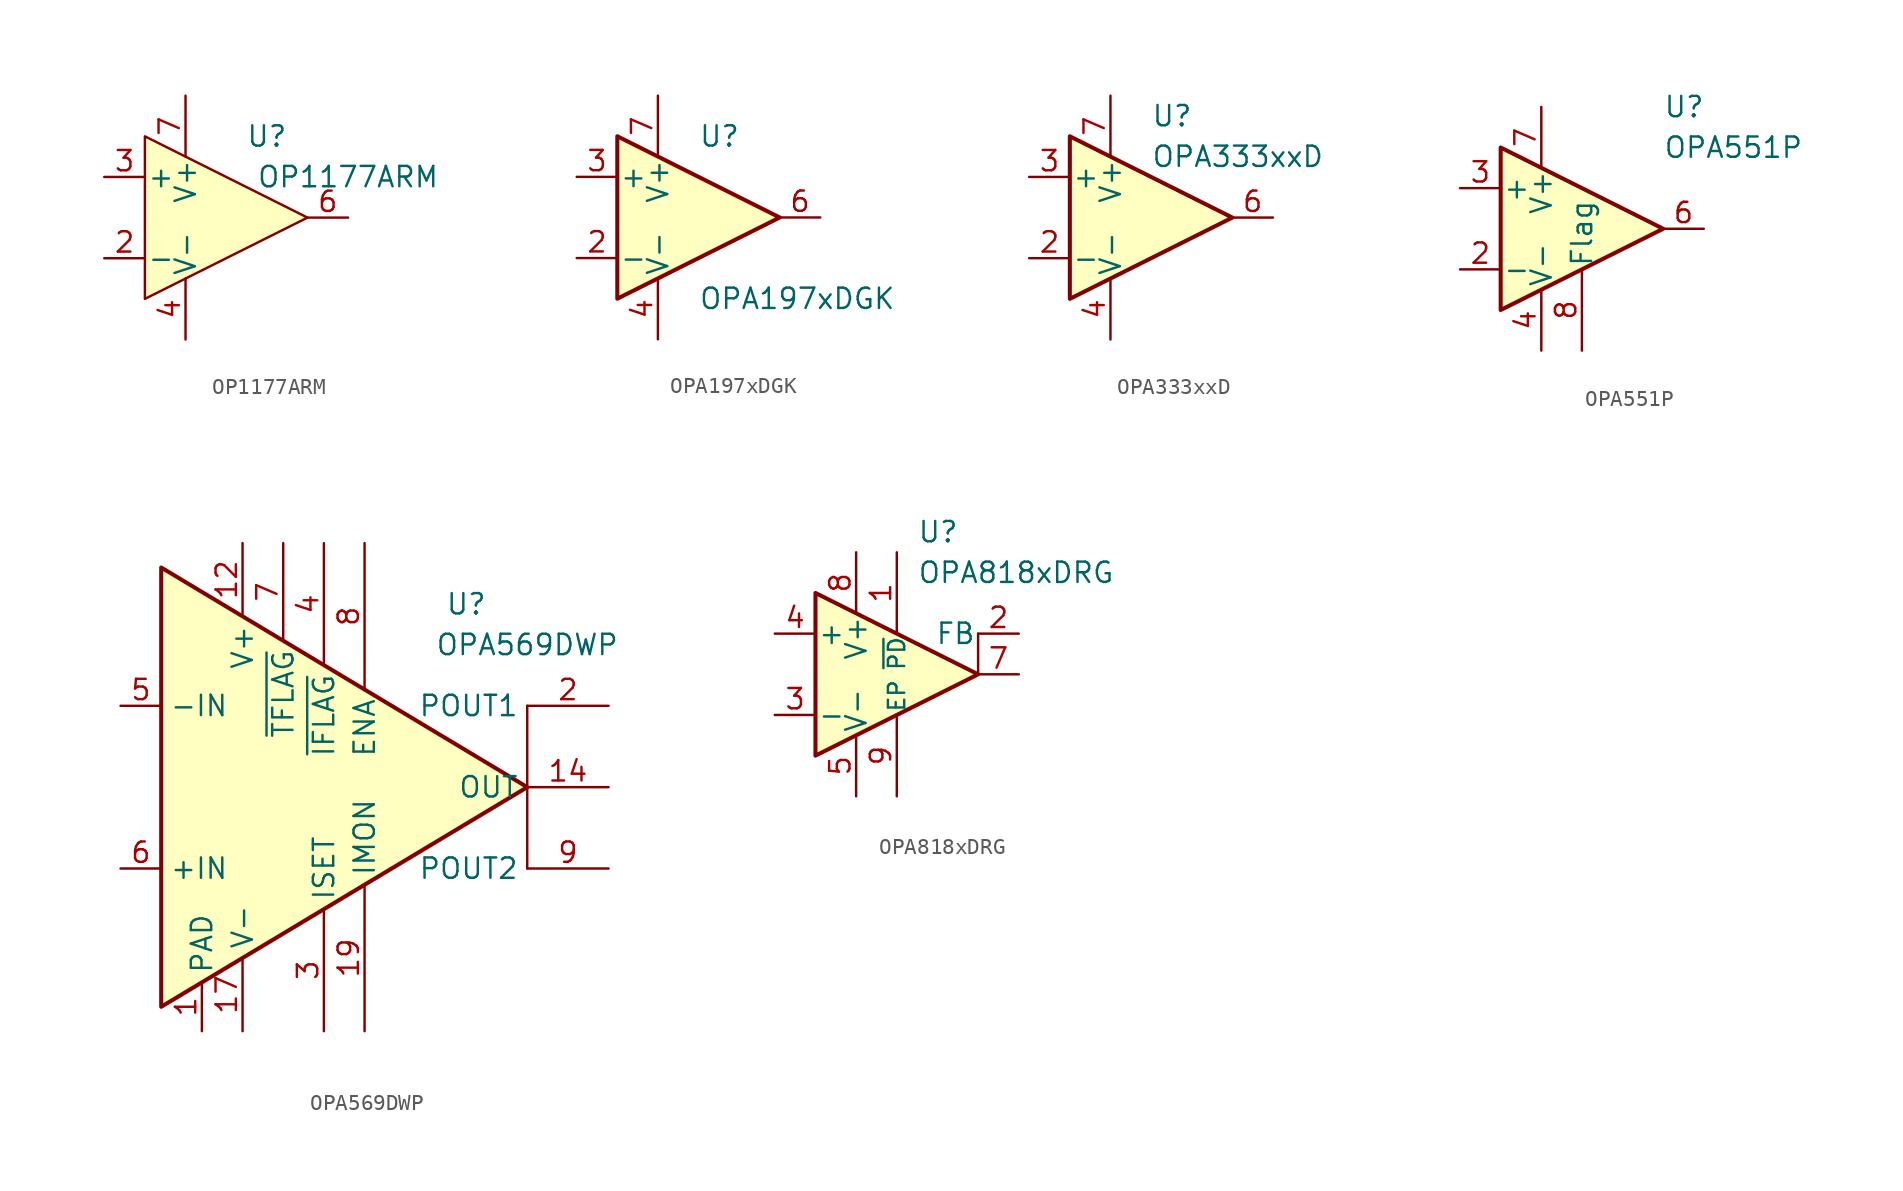
<source format=kicad_sym>
(kicad_symbol_lib
  (version 20200908)
  (generator kicad_symbol_editor)
  (symbol "Amplifier_Operational:OP1177ARM"
    (pin_names
      (offset 0.127))
    (property "Reference" "U"
      (at 2.54 5.08 0)
      (effects (font (size 1.27 1.27))))
    (property "Value" "OP1177ARM"
      (at 7.62 2.54 0)
      (effects (font (size 1.27 1.27))))
    (symbol "OP1177ARM_0_1"
      (polyline (pts (xy -5.08 5.08) (xy -5.08 -5.08) (xy 5.08 0) (xy -5.08 5.08)) (stroke (width 0)) (fill (type background))))
    (symbol "OP1177ARM_1_1"
      (pin unconnected line (at -5.08 0 0) (length 3.81) hide (name "NC" (effects (font (size 1.27 1.27)))) (number "1" (effects (font (size 1.27 1.27)))))
      (pin input line (at -7.62 -2.54 0) (length 2.54) (name "-" (effects (font (size 1.27 1.27)))) (number "2" (effects (font (size 1.27 1.27)))))
      (pin input line (at -7.62 2.54 0) (length 2.54) (name "+" (effects (font (size 1.27 1.27)))) (number "3" (effects (font (size 1.27 1.27)))))
      (pin power_in line (at -2.54 -7.62 90) (length 3.81) (name "V-" (effects (font (size 1.27 1.27)))) (number "4" (effects (font (size 1.27 1.27)))))
      (pin unconnected line (at 0 -2.54 90) (length 3.81) hide (name "NC" (effects (font (size 1.27 1.27)))) (number "5" (effects (font (size 1.27 1.27)))))
      (pin output line (at 7.62 0 180) (length 2.54) (name "~" (effects (font (size 1.27 1.27)))) (number "6" (effects (font (size 1.27 1.27)))))
      (pin power_in line (at -2.54 7.62 270) (length 3.81) (name "V+" (effects (font (size 1.27 1.27)))) (number "7" (effects (font (size 1.27 1.27)))))
      (pin unconnected line (at 0 2.54 270) (length 3.81) hide (name "NC" (effects (font (size 1.27 1.27)))) (number "8" (effects (font (size 1.27 1.27)))))))
  (symbol "Amplifier_Operational:OPA197xDGK"
    (pin_names
      (offset 0.127))
    (property "Reference" "U"
      (at 0 5.08 0)
      (effects (font (size 1.27 1.27)) (justify left)))
    (property "Value" "OPA197xDGK"
      (at 0 -5.08 0)
      (effects (font (size 1.27 1.27)) (justify left)))
    (symbol "OPA197xDGK_0_1"
      (polyline (pts (xy -5.08 5.08) (xy 5.08 0) (xy -5.08 -5.08) (xy -5.08 5.08)) (stroke (width 0.254)) (fill (type background)))
      (pin unconnected line (at 2.54 0 270) (length 2.54) hide (name "NC" (effects (font (size 1.27 1.27)))) (number "1" (effects (font (size 1.27 1.27)))))
      (pin power_in line (at -2.54 -7.62 90) (length 3.81) (name "V-" (effects (font (size 1.27 1.27)))) (number "4" (effects (font (size 1.27 1.27)))))
      (pin unconnected line (at 0 2.54 270) (length 2.54) hide (name "NC" (effects (font (size 1.27 1.27)))) (number "5" (effects (font (size 1.27 1.27)))))
      (pin power_in line (at -2.54 7.62 270) (length 3.81) (name "V+" (effects (font (size 1.27 1.27)))) (number "7" (effects (font (size 1.27 1.27)))))
      (pin unconnected line (at 0 -2.54 90) (length 2.54) hide (name "NC" (effects (font (size 1.27 1.27)))) (number "8" (effects (font (size 1.27 1.27))))))
    (symbol "OPA197xDGK_1_1"
      (pin input line (at -7.62 -2.54 0) (length 2.54) (name "-" (effects (font (size 1.27 1.27)))) (number "2" (effects (font (size 1.27 1.27)))))
      (pin input line (at -7.62 2.54 0) (length 2.54) (name "+" (effects (font (size 1.27 1.27)))) (number "3" (effects (font (size 1.27 1.27)))))
      (pin output line (at 7.62 0 180) (length 2.54) (name "~" (effects (font (size 1.27 1.27)))) (number "6" (effects (font (size 1.27 1.27)))))))
  (symbol "Amplifier_Operational:OPA333xxD"
    (pin_names
      (offset 0.127))
    (property "Reference" "U"
      (at 0 6.35 0)
      (effects (font (size 1.27 1.27)) (justify left)))
    (property "Value" "OPA333xxD"
      (at 0 3.81 0)
      (effects (font (size 1.27 1.27)) (justify left)))
    (symbol "OPA333xxD_0_1"
      (polyline (pts (xy -5.08 5.08) (xy 5.08 0) (xy -5.08 -5.08) (xy -5.08 5.08)) (stroke (width 0.254)) (fill (type background))))
    (symbol "OPA333xxD_1_1"
      (pin unconnected line (at -2.54 2.54 270) (length 2.54) hide (name "NC" (effects (font (size 1.27 1.27)))) (number "1" (effects (font (size 1.27 1.27)))))
      (pin input line (at -7.62 -2.54 0) (length 2.54) (name "-" (effects (font (size 1.27 1.27)))) (number "2" (effects (font (size 1.27 1.27)))))
      (pin input line (at -7.62 2.54 0) (length 2.54) (name "+" (effects (font (size 1.27 1.27)))) (number "3" (effects (font (size 1.27 1.27)))))
      (pin power_in line (at -2.54 -7.62 90) (length 3.81) (name "V-" (effects (font (size 1.27 1.27)))) (number "4" (effects (font (size 1.27 1.27)))))
      (pin unconnected line (at 0 2.54 270) (length 2.54) hide (name "NC" (effects (font (size 1.27 1.27)))) (number "5" (effects (font (size 1.27 1.27)))))
      (pin output line (at 7.62 0 180) (length 2.54) (name "~" (effects (font (size 1.27 1.27)))) (number "6" (effects (font (size 1.27 1.27)))))
      (pin power_in line (at -2.54 7.62 270) (length 3.81) (name "V+" (effects (font (size 1.27 1.27)))) (number "7" (effects (font (size 1.27 1.27)))))
      (pin unconnected line (at 0 -2.54 90) (length 2.54) hide (name "NC" (effects (font (size 1.27 1.27)))) (number "8" (effects (font (size 1.27 1.27)))))))
  (symbol "Amplifier_Operational:OPA551P"
    (pin_names
      (offset 0.127))
    (property "Reference" "U"
      (at 5.08 7.62 0)
      (effects (font (size 1.27 1.27)) (justify left)))
    (property "Value" "OPA551P"
      (at 5.08 5.08 0)
      (effects (font (size 1.27 1.27)) (justify left)))
    (symbol "OPA551P_1_1"
      (polyline (pts (xy -5.08 5.08) (xy 5.08 0) (xy -5.08 -5.08) (xy -5.08 5.08)) (stroke (width 0.254)) (fill (type background)))
      (pin unconnected line (at 0 2.54 270) (length 3.81) hide (name "NC" (effects (font (size 0.508 0.508)))) (number "1" (effects (font (size 1.27 1.27)))))
      (pin input line (at -7.62 -2.54 0) (length 2.54) (name "-" (effects (font (size 1.27 1.27)))) (number "2" (effects (font (size 1.27 1.27)))))
      (pin input line (at -7.62 2.54 0) (length 2.54) (name "+" (effects (font (size 1.27 1.27)))) (number "3" (effects (font (size 1.27 1.27)))))
      (pin power_in line (at -2.54 -7.62 90) (length 3.81) (name "V-" (effects (font (size 1.27 1.27)))) (number "4" (effects (font (size 1.27 1.27)))))
      (pin unconnected line (at 0 -2.54 90) (length 3.81) hide (name "NC" (effects (font (size 0.508 0.508)))) (number "5" (effects (font (size 1.27 1.27)))))
      (pin output line (at 7.62 0 180) (length 2.54) (name "~" (effects (font (size 1.27 1.27)))) (number "6" (effects (font (size 1.27 1.27)))))
      (pin power_in line (at -2.54 7.62 270) (length 3.81) (name "V+" (effects (font (size 1.27 1.27)))) (number "7" (effects (font (size 1.27 1.27)))))
      (pin output line (at 0 -7.62 90) (length 5.08) (name "Flag" (effects (font (size 1.27 1.27)))) (number "8" (effects (font (size 1.27 1.27)))))))
  (symbol "Amplifier_Operational:OPA569DWP"
    (property "Reference" "U"
      (at 6.35 11.43 0)
      (effects (font (size 1.27 1.27))))
    (property "Value" "OPA569DWP"
      (at 10.16 8.89 0)
      (effects (font (size 1.27 1.27))))
    (symbol "OPA569DWP_0_1"
      (polyline (pts (xy 10.16 5.08) (xy 10.16 -5.08)) (stroke (width 0.152)) (fill (type none)))
      (polyline (pts (xy 10.16 0) (xy -12.7 -13.716) (xy -12.7 13.716) (xy 10.16 0)) (stroke (width 0.254)) (fill (type background))))
    (symbol "OPA569DWP_0_0"
      (pin unconnected line (at -12.7 0 0) (length 2.54) hide (name "NC" (effects (font (size 1.27 1.27)))) (number "16" (effects (font (size 1.27 1.27)))))
      (pin passive line (at -10.16 -15.24 90) (length 3.048) hide (name "PAD" (effects (font (size 1.27 1.27)))) (number "21" (effects (font (size 1.27 1.27))))))
    (symbol "OPA569DWP_1_1"
      (pin power_in line (at -10.16 -15.24 90) (length 3.048) (name "PAD" (effects (font (size 1.27 1.27)))) (number "1" (effects (font (size 1.27 1.27)))))
      (pin passive line (at -10.16 -15.24 90) (length 3.048) hide (name "PAD" (effects (font (size 1.27 1.27)))) (number "10" (effects (font (size 1.27 1.27)))))
      (pin passive line (at -10.16 -15.24 90) (length 3.048) hide (name "PAD" (effects (font (size 1.27 1.27)))) (number "11" (effects (font (size 1.27 1.27)))))
      (pin power_in line (at -7.62 15.24 270) (length 4.572) (name "V+" (effects (font (size 1.27 1.27)))) (number "12" (effects (font (size 1.27 1.27)))))
      (pin passive line (at -7.62 15.24 270) (length 4.572) hide (name "V+" (effects (font (size 1.27 1.27)))) (number "13" (effects (font (size 1.27 1.27)))))
      (pin output line (at 15.24 0 180) (length 5.08) (name "OUT" (effects (font (size 1.27 1.27)))) (number "14" (effects (font (size 1.27 1.27)))))
      (pin passive line (at 15.24 0 180) (length 5.08) hide (name "OUT" (effects (font (size 1.27 1.27)))) (number "15" (effects (font (size 1.27 1.27)))))
      (pin power_in line (at -7.62 -15.24 90) (length 4.572) (name "V-" (effects (font (size 1.27 1.27)))) (number "17" (effects (font (size 1.27 1.27)))))
      (pin passive line (at -7.62 -15.24 90) (length 4.572) hide (name "V-" (effects (font (size 1.27 1.27)))) (number "18" (effects (font (size 1.27 1.27)))))
      (pin output line (at 0 -15.24 90) (length 9.144) (name "IMON" (effects (font (size 1.27 1.27)))) (number "19" (effects (font (size 1.27 1.27)))))
      (pin output line (at 15.24 5.08 180) (length 5.08) (name "POUT1" (effects (font (size 1.27 1.27)))) (number "2" (effects (font (size 1.27 1.27)))))
      (pin passive line (at -10.16 -15.24 90) (length 3.048) hide (name "PAD" (effects (font (size 1.27 1.27)))) (number "20" (effects (font (size 1.27 1.27)))))
      (pin output line (at -2.54 -15.24 90) (length 7.62) (name "ISET" (effects (font (size 1.27 1.27)))) (number "3" (effects (font (size 1.27 1.27)))))
      (pin output line (at -2.54 15.24 270) (length 7.62) (name "~IFLAG" (effects (font (size 1.27 1.27)))) (number "4" (effects (font (size 1.27 1.27)))))
      (pin input line (at -15.24 5.08 0) (length 2.54) (name "-IN" (effects (font (size 1.27 1.27)))) (number "5" (effects (font (size 1.27 1.27)))))
      (pin input line (at -15.24 -5.08 0) (length 2.54) (name "+IN" (effects (font (size 1.27 1.27)))) (number "6" (effects (font (size 1.27 1.27)))))
      (pin output line (at -5.08 15.24 270) (length 6.096) (name "~TFLAG" (effects (font (size 1.27 1.27)))) (number "7" (effects (font (size 1.27 1.27)))))
      (pin input line (at 0 15.24 270) (length 9.144) (name "ENA" (effects (font (size 1.27 1.27)))) (number "8" (effects (font (size 1.27 1.27)))))
      (pin output line (at 15.24 -5.08 180) (length 5.08) (name "POUT2" (effects (font (size 1.27 1.27)))) (number "9" (effects (font (size 1.27 1.27)))))))
  (symbol "Amplifier_Operational:OPA818xDRG"
    (pin_names
      (offset 0.127))
    (property "Reference" "U"
      (at 1.27 8.89 0)
      (effects (font (size 1.27 1.27)) (justify left)))
    (property "Value" "OPA818xDRG"
      (at 1.27 6.35 0)
      (effects (font (size 1.27 1.27)) (justify left)))
    (symbol "OPA818xDRG_0_1"
      (polyline (pts (xy 5.08 0) (xy 5.08 2.54)) (stroke (width 0.152)) (fill (type none)))
      (polyline (pts (xy -5.08 5.08) (xy 5.08 0) (xy -5.08 -5.08) (xy -5.08 5.08)) (stroke (width 0.254)) (fill (type background)))
      (pin unconnected line (at -5.08 -5.08 90) (length 3.81) hide (name "NC" (effects (font (size 1.27 1.27)))) (number "6" (effects (font (size 1.27 1.27)))))
      (pin output line (at 7.62 0 180) (length 2.54) (name "~" (effects (font (size 1.27 1.27)))) (number "7" (effects (font (size 1.27 1.27))))))
    (symbol "OPA818xDRG_0_0"
      (pin input line (at 0 7.62 270) (length 5.08) (name "~PD" (effects (font (size 1.016 1.016)))) (number "1" (effects (font (size 1.27 1.27)))))
      (pin power_in line (at -2.54 7.62 270) (length 3.81) (name "V+" (effects (font (size 1.27 1.27)))) (number "8" (effects (font (size 1.27 1.27)))))
      (pin passive line (at 0 -7.62 90) (length 5.08) (name "EP" (effects (font (size 1.016 1.016)))) (number "9" (effects (font (size 1.27 1.27))))))
    (symbol "OPA818xDRG_1_1"
      (pin output line (at 7.62 2.54 180) (length 2.54) (name "FB" (effects (font (size 1.27 1.27)))) (number "2" (effects (font (size 1.27 1.27)))))
      (pin input line (at -7.62 -2.54 0) (length 2.54) (name "-" (effects (font (size 1.27 1.27)))) (number "3" (effects (font (size 1.27 1.27)))))
      (pin input line (at -7.62 2.54 0) (length 2.54) (name "+" (effects (font (size 1.27 1.27)))) (number "4" (effects (font (size 1.27 1.27)))))
      (pin power_in line (at -2.54 -7.62 90) (length 3.81) (name "V-" (effects (font (size 1.27 1.27)))) (number "5" (effects (font (size 1.27 1.27))))))))
</source>
